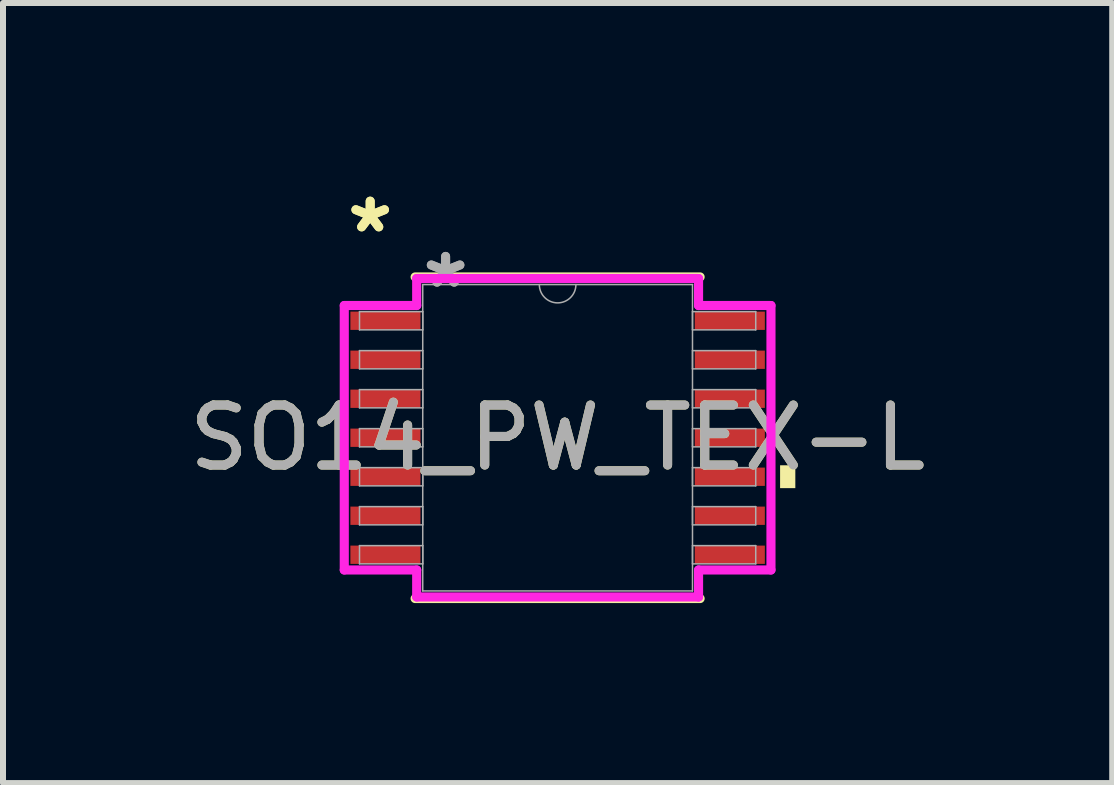
<source format=kicad_pcb>
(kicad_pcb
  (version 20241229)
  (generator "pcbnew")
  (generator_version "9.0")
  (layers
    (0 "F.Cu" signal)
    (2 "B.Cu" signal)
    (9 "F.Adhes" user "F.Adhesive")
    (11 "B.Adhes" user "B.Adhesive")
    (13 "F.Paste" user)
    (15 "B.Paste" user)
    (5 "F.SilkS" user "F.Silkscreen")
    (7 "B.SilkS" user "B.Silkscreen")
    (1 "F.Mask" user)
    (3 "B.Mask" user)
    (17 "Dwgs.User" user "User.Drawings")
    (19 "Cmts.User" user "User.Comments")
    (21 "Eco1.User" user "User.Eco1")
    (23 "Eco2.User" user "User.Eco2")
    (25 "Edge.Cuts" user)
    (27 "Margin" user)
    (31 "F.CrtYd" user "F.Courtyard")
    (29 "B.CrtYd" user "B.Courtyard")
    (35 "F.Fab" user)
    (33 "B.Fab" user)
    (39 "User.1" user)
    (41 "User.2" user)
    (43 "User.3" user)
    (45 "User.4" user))
  (footprint "SO14_PW_TEX-L"
    (layer "F.Cu")
    (at 6.244 4.246)
    (property "Reference" "SO14_PW_TEX-L" (at 0 0 0) (unlocked yes) (layer "F.SilkS") (effects (font (size 1 1) (thickness 0.15))))
    (attr smd)
    (fp_line (start -2.375 2.68) (end 2.375 2.68) (stroke (width 0.152) (type solid)) (layer "F.SilkS"))
    (fp_line (start 2.375 -2.68) (end -2.375 -2.68) (stroke (width 0.152) (type solid)) (layer "F.SilkS"))
    (fp_poly (pts (xy 3.962 0.459) (xy 3.962 0.84) (xy 3.708 0.84) (xy 3.708 0.459)) (stroke (width 0) (type solid)) (fill yes) (layer "F.SilkS"))
    (fp_line (start -3.556 -2.204) (end -2.349 -2.204) (stroke (width 0.152) (type solid)) (layer "F.CrtYd"))
    (fp_line (start -3.556 2.204) (end -3.556 -2.204) (stroke (width 0.152) (type solid)) (layer "F.CrtYd"))
    (fp_line (start -3.556 2.204) (end -2.349 2.204) (stroke (width 0.152) (type solid)) (layer "F.CrtYd"))
    (fp_line (start -2.349 -2.654) (end 2.349 -2.654) (stroke (width 0.152) (type solid)) (layer "F.CrtYd"))
    (fp_line (start -2.349 -2.204) (end -2.349 -2.654) (stroke (width 0.152) (type solid)) (layer "F.CrtYd"))
    (fp_line (start -2.349 2.654) (end -2.349 2.204) (stroke (width 0.152) (type solid)) (layer "F.CrtYd"))
    (fp_line (start 2.349 -2.654) (end 2.349 -2.204) (stroke (width 0.152) (type solid)) (layer "F.CrtYd"))
    (fp_line (start 2.349 2.204) (end 2.349 2.654) (stroke (width 0.152) (type solid)) (layer "F.CrtYd"))
    (fp_line (start 2.349 2.654) (end -2.349 2.654) (stroke (width 0.152) (type solid)) (layer "F.CrtYd"))
    (fp_line (start 3.556 -2.204) (end 2.349 -2.204) (stroke (width 0.152) (type solid)) (layer "F.CrtYd"))
    (fp_line (start 3.556 -2.204) (end 3.556 2.204) (stroke (width 0.152) (type solid)) (layer "F.CrtYd"))
    (fp_line (start 3.556 2.204) (end 2.349 2.204) (stroke (width 0.152) (type solid)) (layer "F.CrtYd"))
    (fp_line (start -3.302 -2.102) (end -3.302 -1.798) (stroke (width 0.025) (type solid)) (layer "F.Fab"))
    (fp_line (start -3.302 -1.798) (end -2.248 -1.798) (stroke (width 0.025) (type solid)) (layer "F.Fab"))
    (fp_line (start -3.302 -1.452) (end -3.302 -1.148) (stroke (width 0.025) (type solid)) (layer "F.Fab"))
    (fp_line (start -3.302 -1.148) (end -2.248 -1.148) (stroke (width 0.025) (type solid)) (layer "F.Fab"))
    (fp_line (start -3.302 -0.802) (end -3.302 -0.498) (stroke (width 0.025) (type solid)) (layer "F.Fab"))
    (fp_line (start -3.302 -0.498) (end -2.248 -0.498) (stroke (width 0.025) (type solid)) (layer "F.Fab"))
    (fp_line (start -3.302 -0.152) (end -3.302 0.152) (stroke (width 0.025) (type solid)) (layer "F.Fab"))
    (fp_line (start -3.302 0.152) (end -2.248 0.152) (stroke (width 0.025) (type solid)) (layer "F.Fab"))
    (fp_line (start -3.302 0.498) (end -3.302 0.802) (stroke (width 0.025) (type solid)) (layer "F.Fab"))
    (fp_line (start -3.302 0.802) (end -2.248 0.802) (stroke (width 0.025) (type solid)) (layer "F.Fab"))
    (fp_line (start -3.302 1.148) (end -3.302 1.452) (stroke (width 0.025) (type solid)) (layer "F.Fab"))
    (fp_line (start -3.302 1.452) (end -2.248 1.452) (stroke (width 0.025) (type solid)) (layer "F.Fab"))
    (fp_line (start -3.302 1.798) (end -3.302 2.102) (stroke (width 0.025) (type solid)) (layer "F.Fab"))
    (fp_line (start -3.302 2.102) (end -2.248 2.102) (stroke (width 0.025) (type solid)) (layer "F.Fab"))
    (fp_line (start -2.248 -2.553) (end -2.248 2.553) (stroke (width 0.025) (type solid)) (layer "F.Fab"))
    (fp_line (start -2.248 -2.102) (end -3.302 -2.102) (stroke (width 0.025) (type solid)) (layer "F.Fab"))
    (fp_line (start -2.248 -1.798) (end -2.248 -2.102) (stroke (width 0.025) (type solid)) (layer "F.Fab"))
    (fp_line (start -2.248 -1.452) (end -3.302 -1.452) (stroke (width 0.025) (type solid)) (layer "F.Fab"))
    (fp_line (start -2.248 -1.148) (end -2.248 -1.452) (stroke (width 0.025) (type solid)) (layer "F.Fab"))
    (fp_line (start -2.248 -0.802) (end -3.302 -0.802) (stroke (width 0.025) (type solid)) (layer "F.Fab"))
    (fp_line (start -2.248 -0.498) (end -2.248 -0.802) (stroke (width 0.025) (type solid)) (layer "F.Fab"))
    (fp_line (start -2.248 -0.152) (end -3.302 -0.152) (stroke (width 0.025) (type solid)) (layer "F.Fab"))
    (fp_line (start -2.248 0.152) (end -2.248 -0.152) (stroke (width 0.025) (type solid)) (layer "F.Fab"))
    (fp_line (start -2.248 0.498) (end -3.302 0.498) (stroke (width 0.025) (type solid)) (layer "F.Fab"))
    (fp_line (start -2.248 0.802) (end -2.248 0.498) (stroke (width 0.025) (type solid)) (layer "F.Fab"))
    (fp_line (start -2.248 1.148) (end -3.302 1.148) (stroke (width 0.025) (type solid)) (layer "F.Fab"))
    (fp_line (start -2.248 1.452) (end -2.248 1.148) (stroke (width 0.025) (type solid)) (layer "F.Fab"))
    (fp_line (start -2.248 1.798) (end -3.302 1.798) (stroke (width 0.025) (type solid)) (layer "F.Fab"))
    (fp_line (start -2.248 2.102) (end -2.248 1.798) (stroke (width 0.025) (type solid)) (layer "F.Fab"))
    (fp_line (start -2.248 2.553) (end 2.248 2.553) (stroke (width 0.025) (type solid)) (layer "F.Fab"))
    (fp_line (start 2.248 -2.553) (end -2.248 -2.553) (stroke (width 0.025) (type solid)) (layer "F.Fab"))
    (fp_line (start 2.248 -2.102) (end 2.248 -1.798) (stroke (width 0.025) (type solid)) (layer "F.Fab"))
    (fp_line (start 2.248 -1.798) (end 3.302 -1.798) (stroke (width 0.025) (type solid)) (layer "F.Fab"))
    (fp_line (start 2.248 -1.452) (end 2.248 -1.148) (stroke (width 0.025) (type solid)) (layer "F.Fab"))
    (fp_line (start 2.248 -1.148) (end 3.302 -1.148) (stroke (width 0.025) (type solid)) (layer "F.Fab"))
    (fp_line (start 2.248 -0.802) (end 2.248 -0.498) (stroke (width 0.025) (type solid)) (layer "F.Fab"))
    (fp_line (start 2.248 -0.498) (end 3.302 -0.498) (stroke (width 0.025) (type solid)) (layer "F.Fab"))
    (fp_line (start 2.248 -0.152) (end 2.248 0.152) (stroke (width 0.025) (type solid)) (layer "F.Fab"))
    (fp_line (start 2.248 0.152) (end 3.302 0.152) (stroke (width 0.025) (type solid)) (layer "F.Fab"))
    (fp_line (start 2.248 0.498) (end 2.248 0.802) (stroke (width 0.025) (type solid)) (layer "F.Fab"))
    (fp_line (start 2.248 0.802) (end 3.302 0.802) (stroke (width 0.025) (type solid)) (layer "F.Fab"))
    (fp_line (start 2.248 1.148) (end 2.248 1.452) (stroke (width 0.025) (type solid)) (layer "F.Fab"))
    (fp_line (start 2.248 1.452) (end 3.302 1.452) (stroke (width 0.025) (type solid)) (layer "F.Fab"))
    (fp_line (start 2.248 1.798) (end 2.248 2.102) (stroke (width 0.025) (type solid)) (layer "F.Fab"))
    (fp_line (start 2.248 2.102) (end 3.302 2.102) (stroke (width 0.025) (type solid)) (layer "F.Fab"))
    (fp_line (start 2.248 2.553) (end 2.248 -2.553) (stroke (width 0.025) (type solid)) (layer "F.Fab"))
    (fp_line (start 3.302 -2.102) (end 2.248 -2.102) (stroke (width 0.025) (type solid)) (layer "F.Fab"))
    (fp_line (start 3.302 -1.798) (end 3.302 -2.102) (stroke (width 0.025) (type solid)) (layer "F.Fab"))
    (fp_line (start 3.302 -1.452) (end 2.248 -1.452) (stroke (width 0.025) (type solid)) (layer "F.Fab"))
    (fp_line (start 3.302 -1.148) (end 3.302 -1.452) (stroke (width 0.025) (type solid)) (layer "F.Fab"))
    (fp_line (start 3.302 -0.802) (end 2.248 -0.802) (stroke (width 0.025) (type solid)) (layer "F.Fab"))
    (fp_line (start 3.302 -0.498) (end 3.302 -0.802) (stroke (width 0.025) (type solid)) (layer "F.Fab"))
    (fp_line (start 3.302 -0.152) (end 2.248 -0.152) (stroke (width 0.025) (type solid)) (layer "F.Fab"))
    (fp_line (start 3.302 0.152) (end 3.302 -0.152) (stroke (width 0.025) (type solid)) (layer "F.Fab"))
    (fp_line (start 3.302 0.498) (end 2.248 0.498) (stroke (width 0.025) (type solid)) (layer "F.Fab"))
    (fp_line (start 3.302 0.802) (end 3.302 0.498) (stroke (width 0.025) (type solid)) (layer "F.Fab"))
    (fp_line (start 3.302 1.148) (end 2.248 1.148) (stroke (width 0.025) (type solid)) (layer "F.Fab"))
    (fp_line (start 3.302 1.452) (end 3.302 1.148) (stroke (width 0.025) (type solid)) (layer "F.Fab"))
    (fp_line (start 3.302 1.798) (end 2.248 1.798) (stroke (width 0.025) (type solid)) (layer "F.Fab"))
    (fp_line (start 3.302 2.102) (end 3.302 1.798) (stroke (width 0.025) (type solid)) (layer "F.Fab"))
    (fp_arc (start 0.3048 -2.5527) (mid 0 -2.2479) (end -0.3048 -2.5527) (stroke (width 0.0254) (type solid)) (layer "F.Fab"))
    (fp_text user "*" (at -3.124 -3.398 0) (unlocked yes) (layer "F.SilkS") (effects (font (size 1 1) (thickness 0.15))))
    (fp_text user "*" (at -3.124 -3.398 0) (layer "F.SilkS") (effects (font (size 1 1) (thickness 0.15))))
    (fp_text user "*" (at -1.867 -2.477 0) (unlocked yes) (layer "F.Fab") (effects (font (size 1 1) (thickness 0.15))))
    (fp_text user "*" (at -1.867 -2.477 0) (layer "F.Fab") (effects (font (size 1 1) (thickness 0.15))))
    (fp_text user "${REFERENCE}" (at 0 0 0) (unlocked yes) (layer "F.Fab") (effects (font (size 1 1) (thickness 0.15))))
    (pad "1" smd rect (at -2.87 -1.95) (size 1.168 0.305) (layers "F.Cu" "F.Mask" "F.Paste"))
    (pad "2" smd rect (at -2.87 -1.3) (size 1.168 0.305) (layers "F.Cu" "F.Mask" "F.Paste"))
    (pad "3" smd rect (at -2.87 -0.65) (size 1.168 0.305) (layers "F.Cu" "F.Mask" "F.Paste"))
    (pad "4" smd rect (at -2.87 0) (size 1.168 0.305) (layers "F.Cu" "F.Mask" "F.Paste"))
    (pad "5" smd rect (at -2.87 0.65) (size 1.168 0.305) (layers "F.Cu" "F.Mask" "F.Paste"))
    (pad "6" smd rect (at -2.87 1.3) (size 1.168 0.305) (layers "F.Cu" "F.Mask" "F.Paste"))
    (pad "7" smd rect (at -2.87 1.95) (size 1.168 0.305) (layers "F.Cu" "F.Mask" "F.Paste"))
    (pad "8" smd rect (at 2.87 1.95) (size 1.168 0.305) (layers "F.Cu" "F.Mask" "F.Paste"))
    (pad "9" smd rect (at 2.87 1.3) (size 1.168 0.305) (layers "F.Cu" "F.Mask" "F.Paste"))
    (pad "10" smd rect (at 2.87 0.65) (size 1.168 0.305) (layers "F.Cu" "F.Mask" "F.Paste"))
    (pad "11" smd rect (at 2.87 0) (size 1.168 0.305) (layers "F.Cu" "F.Mask" "F.Paste"))
    (pad "12" smd rect (at 2.87 -0.65) (size 1.168 0.305) (layers "F.Cu" "F.Mask" "F.Paste"))
    (pad "13" smd rect (at 2.87 -1.3) (size 1.168 0.305) (layers "F.Cu" "F.Mask" "F.Paste"))
    (pad "14" smd rect (at 2.87 -1.95) (size 1.168 0.305) (layers "F.Cu" "F.Mask" "F.Paste")))
  (gr_rect
    (start -3 -3)
    (end 15.488 10.002)
    (stroke (width 0.1) (type default))
    (fill no)
    (layer "Edge.Cuts")))
</source>
